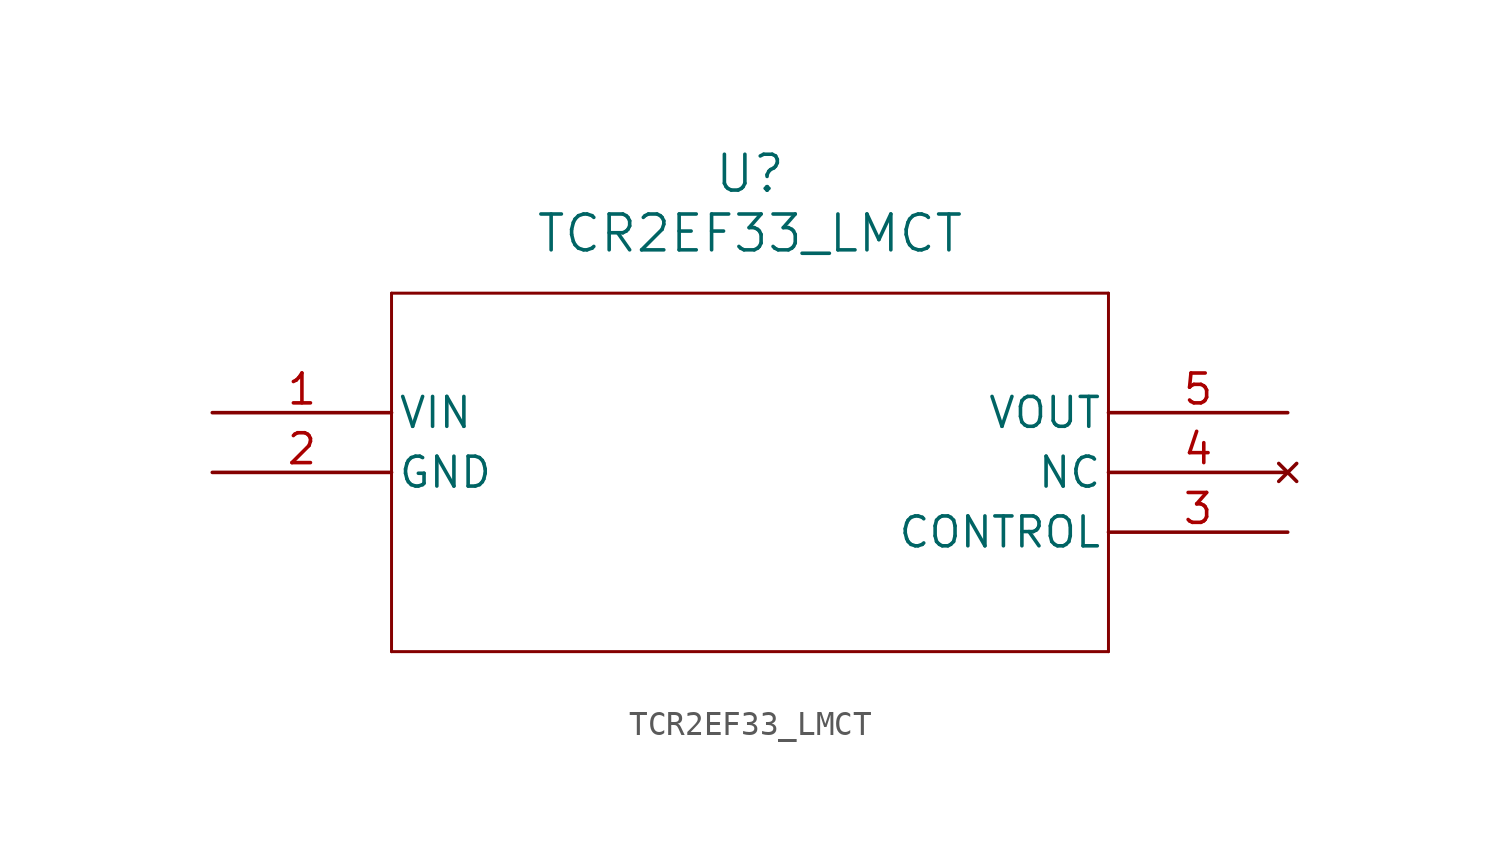
<source format=kicad_sym>
(kicad_symbol_lib
  (version 20211014)
  (generator kicad_symbol_editor)
  (symbol "TCR2EF33_LMCT"
    (pin_names
      (offset 0.254))
    (property "Reference" "U"
      (at 22.86 10.16 0)
      (effects (font (size 1.524 1.524))))
    (property "Value" "TCR2EF33_LMCT"
      (at 22.86 7.62 0)
      (effects (font (size 1.524 1.524))))
    (symbol "TCR2EF33_LMCT_0_1"
      (polyline (pts (xy 7.62 5.08) (xy 7.62 -10.16)) (stroke (width 0.127) (type default) (color 0 0 0 0)) (fill (type none)))
      (polyline (pts (xy 7.62 -10.16) (xy 38.1 -10.16)) (stroke (width 0.127) (type default) (color 0 0 0 0)) (fill (type none)))
      (polyline (pts (xy 38.1 -10.16) (xy 38.1 5.08)) (stroke (width 0.127) (type default) (color 0 0 0 0)) (fill (type none)))
      (polyline (pts (xy 38.1 5.08) (xy 7.62 5.08)) (stroke (width 0.127) (type default) (color 0 0 0 0)) (fill (type none)))
      (pin power_in line (at 0 0 0) (length 7.62) (name "VIN" (effects (font (size 1.27 1.27)))) (number "1" (effects (font (size 1.27 1.27)))))
      (pin power_out line (at 0 -2.54 0) (length 7.62) (name "GND" (effects (font (size 1.27 1.27)))) (number "2" (effects (font (size 1.27 1.27)))))
      (pin unspecified line (at 45.72 -5.08 180) (length 7.62) (name "CONTROL" (effects (font (size 1.27 1.27)))) (number "3" (effects (font (size 1.27 1.27)))))
      (pin no_connect line (at 45.72 -2.54 180) (length 7.62) (name "NC" (effects (font (size 1.27 1.27)))) (number "4" (effects (font (size 1.27 1.27)))))
      (pin power_in line (at 45.72 0 180) (length 7.62) (name "VOUT" (effects (font (size 1.27 1.27)))) (number "5" (effects (font (size 1.27 1.27))))))))
</source>
